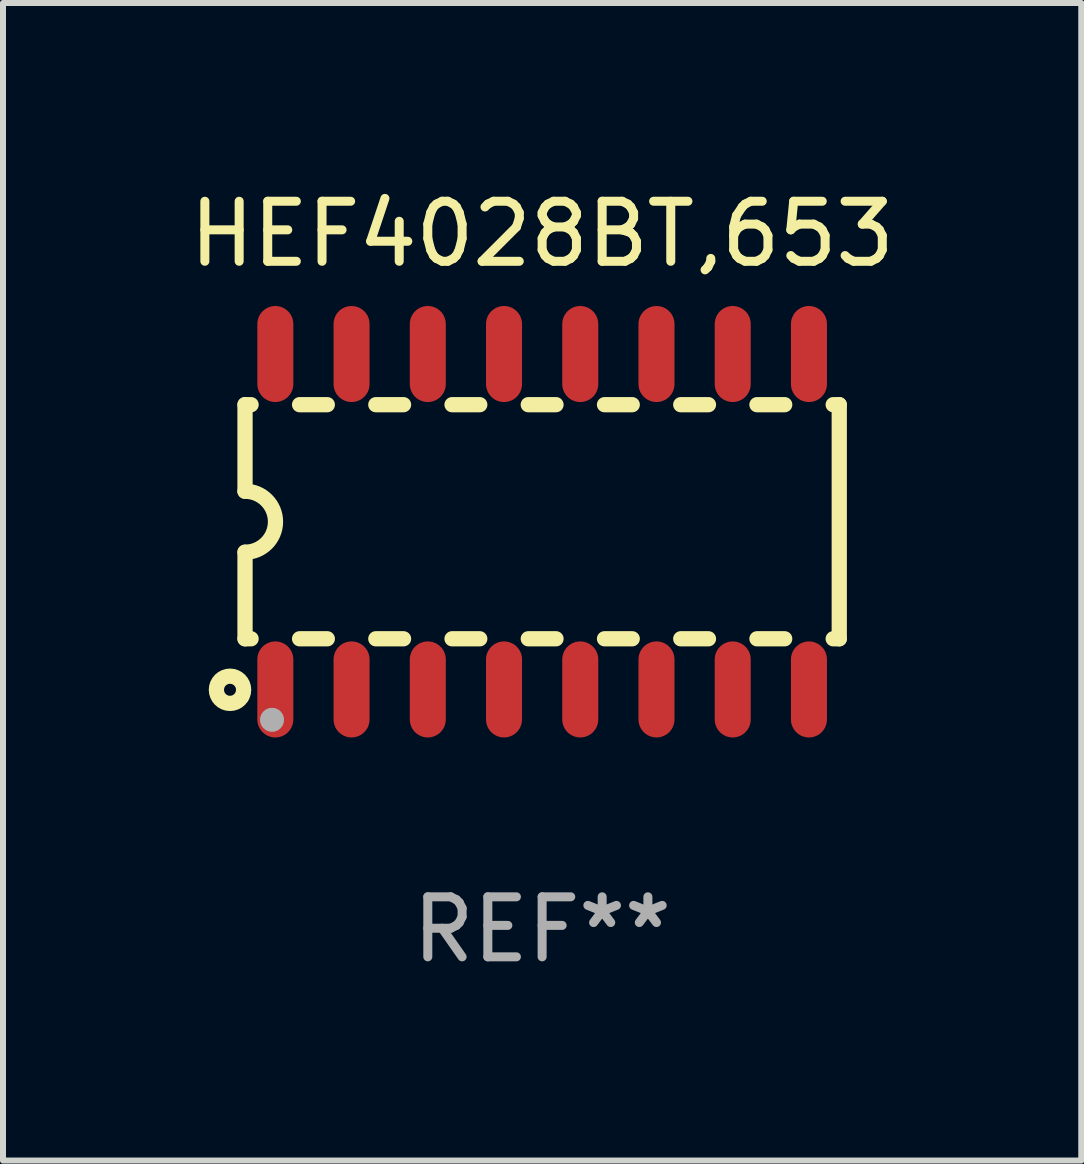
<source format=kicad_pcb>
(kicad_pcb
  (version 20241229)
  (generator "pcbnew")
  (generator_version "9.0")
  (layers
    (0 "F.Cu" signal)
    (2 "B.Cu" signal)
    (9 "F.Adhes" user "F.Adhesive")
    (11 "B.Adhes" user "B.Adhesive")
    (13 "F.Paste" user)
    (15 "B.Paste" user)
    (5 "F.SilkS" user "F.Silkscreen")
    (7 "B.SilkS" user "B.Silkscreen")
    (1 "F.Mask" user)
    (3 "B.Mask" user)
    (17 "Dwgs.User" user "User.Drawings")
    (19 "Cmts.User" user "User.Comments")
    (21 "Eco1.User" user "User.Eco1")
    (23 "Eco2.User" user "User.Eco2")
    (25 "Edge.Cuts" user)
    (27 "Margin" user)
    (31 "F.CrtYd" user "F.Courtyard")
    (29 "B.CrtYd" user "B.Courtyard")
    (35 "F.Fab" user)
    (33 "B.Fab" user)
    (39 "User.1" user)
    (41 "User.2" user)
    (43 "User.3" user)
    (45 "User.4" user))
  (footprint "HEF4028BT,653"
    (layer "F.Cu")
    (at 5.982 5.642)
    (property "Reference" "HEF4028BT,653" (at 0 -4.794 0) (layer "F.SilkS") (effects (font (size 1 1) (thickness 0.15))))
    (attr through_hole)
    (fp_line (start -4.95 -1.95) (end -4.95 -0.508) (stroke (width 0.254) (type solid)) (layer "F.SilkS"))
    (fp_line (start -4.95 -1.95) (end -4.849 -1.95) (stroke (width 0.254) (type solid)) (layer "F.SilkS"))
    (fp_line (start -4.95 1.95) (end -4.95 0.508) (stroke (width 0.254) (type solid)) (layer "F.SilkS"))
    (fp_line (start -4.95 1.95) (end -4.849 1.95) (stroke (width 0.254) (type solid)) (layer "F.SilkS"))
    (fp_line (start -4.041 -1.95) (end -3.579 -1.95) (stroke (width 0.254) (type solid)) (layer "F.SilkS"))
    (fp_line (start -4.041 1.95) (end -3.579 1.95) (stroke (width 0.254) (type solid)) (layer "F.SilkS"))
    (fp_line (start -2.771 -1.95) (end -2.309 -1.95) (stroke (width 0.254) (type solid)) (layer "F.SilkS"))
    (fp_line (start -2.771 1.95) (end -2.309 1.95) (stroke (width 0.254) (type solid)) (layer "F.SilkS"))
    (fp_line (start -1.501 -1.95) (end -1.039 -1.95) (stroke (width 0.254) (type solid)) (layer "F.SilkS"))
    (fp_line (start -1.501 1.95) (end -1.039 1.95) (stroke (width 0.254) (type solid)) (layer "F.SilkS"))
    (fp_line (start -0.231 -1.95) (end 0.231 -1.95) (stroke (width 0.254) (type solid)) (layer "F.SilkS"))
    (fp_line (start -0.231 1.95) (end 0.231 1.95) (stroke (width 0.254) (type solid)) (layer "F.SilkS"))
    (fp_line (start 1.039 -1.95) (end 1.501 -1.95) (stroke (width 0.254) (type solid)) (layer "F.SilkS"))
    (fp_line (start 1.039 1.95) (end 1.501 1.95) (stroke (width 0.254) (type solid)) (layer "F.SilkS"))
    (fp_line (start 2.309 -1.95) (end 2.771 -1.95) (stroke (width 0.254) (type solid)) (layer "F.SilkS"))
    (fp_line (start 2.309 1.95) (end 2.771 1.95) (stroke (width 0.254) (type solid)) (layer "F.SilkS"))
    (fp_line (start 3.579 -1.95) (end 4.041 -1.95) (stroke (width 0.254) (type solid)) (layer "F.SilkS"))
    (fp_line (start 3.579 1.95) (end 4.041 1.95) (stroke (width 0.254) (type solid)) (layer "F.SilkS"))
    (fp_line (start 4.849 -1.95) (end 4.95 -1.95) (stroke (width 0.254) (type solid)) (layer "F.SilkS"))
    (fp_line (start 4.849 1.95) (end 4.95 1.95) (stroke (width 0.254) (type solid)) (layer "F.SilkS"))
    (fp_line (start 4.95 -1.95) (end 4.95 1.95) (stroke (width 0.254) (type solid)) (layer "F.SilkS"))
    (fp_arc (start -4.95047 -0.508001) (mid -4.442469 -0.000228) (end -4.950013 0.508001) (stroke (width 0.254001) (type solid)) (layer "F.SilkS"))
    (fp_circle (center -5.2 2.8) (end -5.1 2.8) (stroke (width 0.254) (type solid)) (fill no) (layer "F.SilkS"))
    (fp_circle (center -4.95 2.947) (end -4.92 2.947) (stroke (width 0.06) (type solid)) (fill no) (layer "F.SilkS"))
    (fp_circle (center -4.5 3.3) (end -4.4 3.3) (stroke (width 0.2) (type solid)) (fill no) (layer "F.Fab"))
    (fp_text user "REF**" (at 0 6.794 0) (layer "F.Fab") (effects (font (size 1 1) (thickness 0.15))))
    (pad "1" smd oval (at -4.445 2.794) (size 0.6 1.6) (layers "F.Cu" "F.Mask" "F.Paste"))
    (pad "2" smd oval (at -3.175 2.794) (size 0.6 1.6) (layers "F.Cu" "F.Mask" "F.Paste"))
    (pad "3" smd oval (at -1.905 2.794) (size 0.6 1.6) (layers "F.Cu" "F.Mask" "F.Paste"))
    (pad "4" smd oval (at -0.635 2.794) (size 0.6 1.6) (layers "F.Cu" "F.Mask" "F.Paste"))
    (pad "5" smd oval (at 0.635 2.794) (size 0.6 1.6) (layers "F.Cu" "F.Mask" "F.Paste"))
    (pad "6" smd oval (at 1.905 2.794) (size 0.6 1.6) (layers "F.Cu" "F.Mask" "F.Paste"))
    (pad "7" smd oval (at 3.175 2.794) (size 0.6 1.6) (layers "F.Cu" "F.Mask" "F.Paste"))
    (pad "8" smd oval (at 4.445 2.794) (size 0.6 1.6) (layers "F.Cu" "F.Mask" "F.Paste"))
    (pad "9" smd oval (at 4.445 -2.794) (size 0.6 1.6) (layers "F.Cu" "F.Mask" "F.Paste"))
    (pad "10" smd oval (at 3.175 -2.794) (size 0.6 1.6) (layers "F.Cu" "F.Mask" "F.Paste"))
    (pad "11" smd oval (at 1.905 -2.794) (size 0.6 1.6) (layers "F.Cu" "F.Mask" "F.Paste"))
    (pad "12" smd oval (at 0.635 -2.794) (size 0.6 1.6) (layers "F.Cu" "F.Mask" "F.Paste"))
    (pad "13" smd oval (at -0.635 -2.794) (size 0.6 1.6) (layers "F.Cu" "F.Mask" "F.Paste"))
    (pad "14" smd oval (at -1.905 -2.794) (size 0.6 1.6) (layers "F.Cu" "F.Mask" "F.Paste"))
    (pad "15" smd oval (at -3.175 -2.794) (size 0.6 1.6) (layers "F.Cu" "F.Mask" "F.Paste"))
    (pad "16" smd oval (at -4.445 -2.794) (size 0.6 1.6) (layers "F.Cu" "F.Mask" "F.Paste")))
  (gr_rect
    (start -3 -3)
    (end 14.964 16.285)
    (stroke (width 0.1) (type default))
    (fill no)
    (layer "Edge.Cuts")))
</source>
